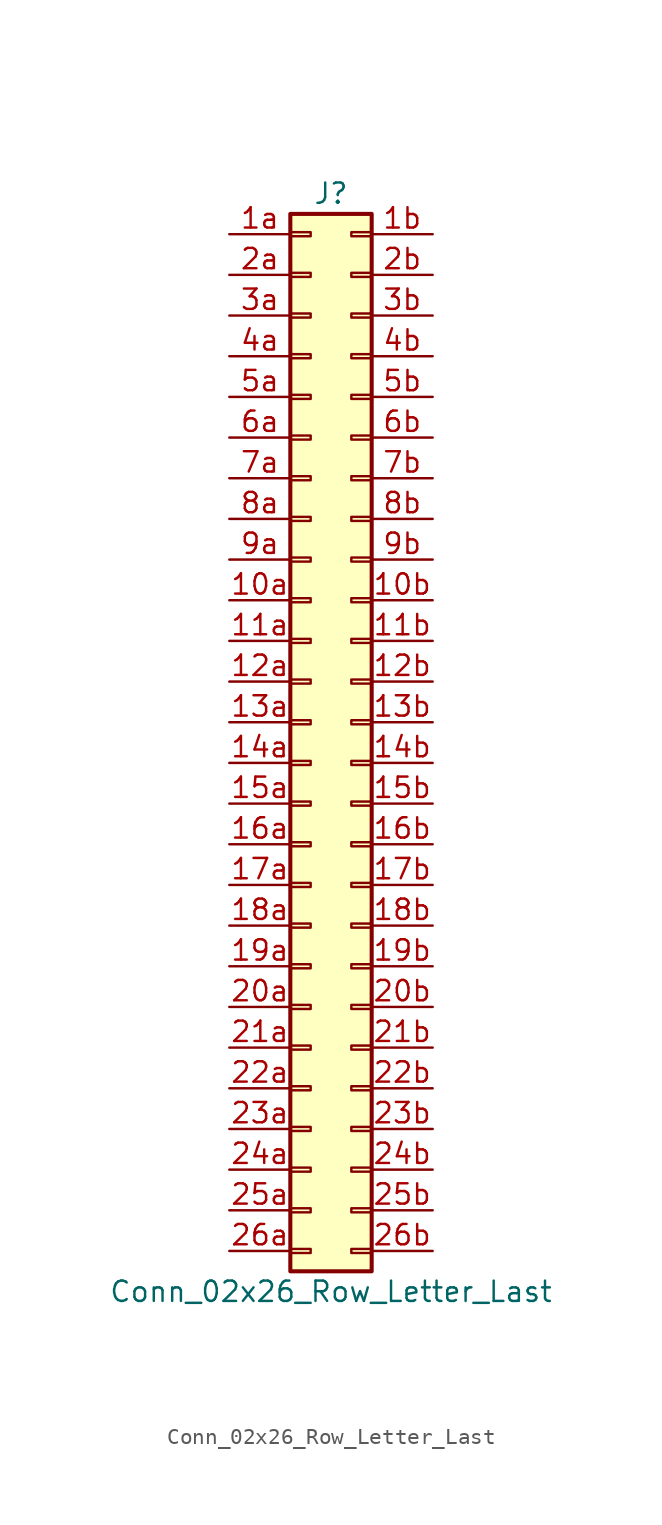
<source format=kicad_sym>
(kicad_symbol_lib
  (version 20211014)
  (generator kicad_symbol_editor)
  (symbol "Conn_02x26_Row_Letter_Last"
    (pin_names
      (offset 1.016) hide)
    (property "Reference" "J"
      (at 1.27 33.02 0)
      (effects (font (size 1.27 1.27))))
    (property "Value" "Conn_02x26_Row_Letter_Last"
      (at 1.27 -35.56 0)
      (effects (font (size 1.27 1.27))))
    (symbol "Conn_02x26_Row_Letter_Last_1_1"
      (rectangle (start -1.27 -32.893) (end 0 -33.147) (stroke (width 0.152) (type default) (color 0 0 0 0)) (fill (type none)))
      (rectangle (start -1.27 -30.353) (end 0 -30.607) (stroke (width 0.152) (type default) (color 0 0 0 0)) (fill (type none)))
      (rectangle (start -1.27 -27.813) (end 0 -28.067) (stroke (width 0.152) (type default) (color 0 0 0 0)) (fill (type none)))
      (rectangle (start -1.27 -25.273) (end 0 -25.527) (stroke (width 0.152) (type default) (color 0 0 0 0)) (fill (type none)))
      (rectangle (start -1.27 -22.733) (end 0 -22.987) (stroke (width 0.152) (type default) (color 0 0 0 0)) (fill (type none)))
      (rectangle (start -1.27 -20.193) (end 0 -20.447) (stroke (width 0.152) (type default) (color 0 0 0 0)) (fill (type none)))
      (rectangle (start -1.27 -17.653) (end 0 -17.907) (stroke (width 0.152) (type default) (color 0 0 0 0)) (fill (type none)))
      (rectangle (start -1.27 -15.113) (end 0 -15.367) (stroke (width 0.152) (type default) (color 0 0 0 0)) (fill (type none)))
      (rectangle (start -1.27 -12.573) (end 0 -12.827) (stroke (width 0.152) (type default) (color 0 0 0 0)) (fill (type none)))
      (rectangle (start -1.27 -10.033) (end 0 -10.287) (stroke (width 0.152) (type default) (color 0 0 0 0)) (fill (type none)))
      (rectangle (start -1.27 -7.493) (end 0 -7.747) (stroke (width 0.152) (type default) (color 0 0 0 0)) (fill (type none)))
      (rectangle (start -1.27 -4.953) (end 0 -5.207) (stroke (width 0.152) (type default) (color 0 0 0 0)) (fill (type none)))
      (rectangle (start -1.27 -2.413) (end 0 -2.667) (stroke (width 0.152) (type default) (color 0 0 0 0)) (fill (type none)))
      (rectangle (start -1.27 0.127) (end 0 -0.127) (stroke (width 0.152) (type default) (color 0 0 0 0)) (fill (type none)))
      (rectangle (start -1.27 2.667) (end 0 2.413) (stroke (width 0.152) (type default) (color 0 0 0 0)) (fill (type none)))
      (rectangle (start -1.27 5.207) (end 0 4.953) (stroke (width 0.152) (type default) (color 0 0 0 0)) (fill (type none)))
      (rectangle (start -1.27 7.747) (end 0 7.493) (stroke (width 0.152) (type default) (color 0 0 0 0)) (fill (type none)))
      (rectangle (start -1.27 10.287) (end 0 10.033) (stroke (width 0.152) (type default) (color 0 0 0 0)) (fill (type none)))
      (rectangle (start -1.27 12.827) (end 0 12.573) (stroke (width 0.152) (type default) (color 0 0 0 0)) (fill (type none)))
      (rectangle (start -1.27 15.367) (end 0 15.113) (stroke (width 0.152) (type default) (color 0 0 0 0)) (fill (type none)))
      (rectangle (start -1.27 17.907) (end 0 17.653) (stroke (width 0.152) (type default) (color 0 0 0 0)) (fill (type none)))
      (rectangle (start -1.27 20.447) (end 0 20.193) (stroke (width 0.152) (type default) (color 0 0 0 0)) (fill (type none)))
      (rectangle (start -1.27 22.987) (end 0 22.733) (stroke (width 0.152) (type default) (color 0 0 0 0)) (fill (type none)))
      (rectangle (start -1.27 25.527) (end 0 25.273) (stroke (width 0.152) (type default) (color 0 0 0 0)) (fill (type none)))
      (rectangle (start -1.27 28.067) (end 0 27.813) (stroke (width 0.152) (type default) (color 0 0 0 0)) (fill (type none)))
      (rectangle (start -1.27 30.607) (end 0 30.353) (stroke (width 0.152) (type default) (color 0 0 0 0)) (fill (type none)))
      (rectangle (start -1.27 31.75) (end 3.81 -34.29) (stroke (width 0.254) (type default) (color 0 0 0 0)) (fill (type background)))
      (rectangle (start 3.81 -32.893) (end 2.54 -33.147) (stroke (width 0.152) (type default) (color 0 0 0 0)) (fill (type none)))
      (rectangle (start 3.81 -30.353) (end 2.54 -30.607) (stroke (width 0.152) (type default) (color 0 0 0 0)) (fill (type none)))
      (rectangle (start 3.81 -27.813) (end 2.54 -28.067) (stroke (width 0.152) (type default) (color 0 0 0 0)) (fill (type none)))
      (rectangle (start 3.81 -25.273) (end 2.54 -25.527) (stroke (width 0.152) (type default) (color 0 0 0 0)) (fill (type none)))
      (rectangle (start 3.81 -22.733) (end 2.54 -22.987) (stroke (width 0.152) (type default) (color 0 0 0 0)) (fill (type none)))
      (rectangle (start 3.81 -20.193) (end 2.54 -20.447) (stroke (width 0.152) (type default) (color 0 0 0 0)) (fill (type none)))
      (rectangle (start 3.81 -17.653) (end 2.54 -17.907) (stroke (width 0.152) (type default) (color 0 0 0 0)) (fill (type none)))
      (rectangle (start 3.81 -15.113) (end 2.54 -15.367) (stroke (width 0.152) (type default) (color 0 0 0 0)) (fill (type none)))
      (rectangle (start 3.81 -12.573) (end 2.54 -12.827) (stroke (width 0.152) (type default) (color 0 0 0 0)) (fill (type none)))
      (rectangle (start 3.81 -10.033) (end 2.54 -10.287) (stroke (width 0.152) (type default) (color 0 0 0 0)) (fill (type none)))
      (rectangle (start 3.81 -7.493) (end 2.54 -7.747) (stroke (width 0.152) (type default) (color 0 0 0 0)) (fill (type none)))
      (rectangle (start 3.81 -4.953) (end 2.54 -5.207) (stroke (width 0.152) (type default) (color 0 0 0 0)) (fill (type none)))
      (rectangle (start 3.81 -2.413) (end 2.54 -2.667) (stroke (width 0.152) (type default) (color 0 0 0 0)) (fill (type none)))
      (rectangle (start 3.81 0.127) (end 2.54 -0.127) (stroke (width 0.152) (type default) (color 0 0 0 0)) (fill (type none)))
      (rectangle (start 3.81 2.667) (end 2.54 2.413) (stroke (width 0.152) (type default) (color 0 0 0 0)) (fill (type none)))
      (rectangle (start 3.81 5.207) (end 2.54 4.953) (stroke (width 0.152) (type default) (color 0 0 0 0)) (fill (type none)))
      (rectangle (start 3.81 7.747) (end 2.54 7.493) (stroke (width 0.152) (type default) (color 0 0 0 0)) (fill (type none)))
      (rectangle (start 3.81 10.287) (end 2.54 10.033) (stroke (width 0.152) (type default) (color 0 0 0 0)) (fill (type none)))
      (rectangle (start 3.81 12.827) (end 2.54 12.573) (stroke (width 0.152) (type default) (color 0 0 0 0)) (fill (type none)))
      (rectangle (start 3.81 15.367) (end 2.54 15.113) (stroke (width 0.152) (type default) (color 0 0 0 0)) (fill (type none)))
      (rectangle (start 3.81 17.907) (end 2.54 17.653) (stroke (width 0.152) (type default) (color 0 0 0 0)) (fill (type none)))
      (rectangle (start 3.81 20.447) (end 2.54 20.193) (stroke (width 0.152) (type default) (color 0 0 0 0)) (fill (type none)))
      (rectangle (start 3.81 22.987) (end 2.54 22.733) (stroke (width 0.152) (type default) (color 0 0 0 0)) (fill (type none)))
      (rectangle (start 3.81 25.527) (end 2.54 25.273) (stroke (width 0.152) (type default) (color 0 0 0 0)) (fill (type none)))
      (rectangle (start 3.81 28.067) (end 2.54 27.813) (stroke (width 0.152) (type default) (color 0 0 0 0)) (fill (type none)))
      (rectangle (start 3.81 30.607) (end 2.54 30.353) (stroke (width 0.152) (type default) (color 0 0 0 0)) (fill (type none)))
      (pin passive line (at -5.08 7.62 0) (length 3.81) (name "Pin_10a" (effects (font (size 1.27 1.27)))) (number "10a" (effects (font (size 1.27 1.27)))))
      (pin passive line (at 7.62 7.62 180) (length 3.81) (name "Pin_10b" (effects (font (size 1.27 1.27)))) (number "10b" (effects (font (size 1.27 1.27)))))
      (pin passive line (at -5.08 5.08 0) (length 3.81) (name "Pin_11a" (effects (font (size 1.27 1.27)))) (number "11a" (effects (font (size 1.27 1.27)))))
      (pin passive line (at 7.62 5.08 180) (length 3.81) (name "Pin_11b" (effects (font (size 1.27 1.27)))) (number "11b" (effects (font (size 1.27 1.27)))))
      (pin passive line (at -5.08 2.54 0) (length 3.81) (name "Pin_12a" (effects (font (size 1.27 1.27)))) (number "12a" (effects (font (size 1.27 1.27)))))
      (pin passive line (at 7.62 2.54 180) (length 3.81) (name "Pin_12b" (effects (font (size 1.27 1.27)))) (number "12b" (effects (font (size 1.27 1.27)))))
      (pin passive line (at -5.08 0 0) (length 3.81) (name "Pin_13a" (effects (font (size 1.27 1.27)))) (number "13a" (effects (font (size 1.27 1.27)))))
      (pin passive line (at 7.62 0 180) (length 3.81) (name "Pin_13b" (effects (font (size 1.27 1.27)))) (number "13b" (effects (font (size 1.27 1.27)))))
      (pin passive line (at -5.08 -2.54 0) (length 3.81) (name "Pin_14a" (effects (font (size 1.27 1.27)))) (number "14a" (effects (font (size 1.27 1.27)))))
      (pin passive line (at 7.62 -2.54 180) (length 3.81) (name "Pin_14b" (effects (font (size 1.27 1.27)))) (number "14b" (effects (font (size 1.27 1.27)))))
      (pin passive line (at -5.08 -5.08 0) (length 3.81) (name "Pin_15a" (effects (font (size 1.27 1.27)))) (number "15a" (effects (font (size 1.27 1.27)))))
      (pin passive line (at 7.62 -5.08 180) (length 3.81) (name "Pin_15b" (effects (font (size 1.27 1.27)))) (number "15b" (effects (font (size 1.27 1.27)))))
      (pin passive line (at -5.08 -7.62 0) (length 3.81) (name "Pin_16a" (effects (font (size 1.27 1.27)))) (number "16a" (effects (font (size 1.27 1.27)))))
      (pin passive line (at 7.62 -7.62 180) (length 3.81) (name "Pin_16b" (effects (font (size 1.27 1.27)))) (number "16b" (effects (font (size 1.27 1.27)))))
      (pin passive line (at -5.08 -10.16 0) (length 3.81) (name "Pin_17a" (effects (font (size 1.27 1.27)))) (number "17a" (effects (font (size 1.27 1.27)))))
      (pin passive line (at 7.62 -10.16 180) (length 3.81) (name "Pin_17b" (effects (font (size 1.27 1.27)))) (number "17b" (effects (font (size 1.27 1.27)))))
      (pin passive line (at -5.08 -12.7 0) (length 3.81) (name "Pin_18a" (effects (font (size 1.27 1.27)))) (number "18a" (effects (font (size 1.27 1.27)))))
      (pin passive line (at 7.62 -12.7 180) (length 3.81) (name "Pin_18b" (effects (font (size 1.27 1.27)))) (number "18b" (effects (font (size 1.27 1.27)))))
      (pin passive line (at -5.08 -15.24 0) (length 3.81) (name "Pin_19a" (effects (font (size 1.27 1.27)))) (number "19a" (effects (font (size 1.27 1.27)))))
      (pin passive line (at 7.62 -15.24 180) (length 3.81) (name "Pin_19b" (effects (font (size 1.27 1.27)))) (number "19b" (effects (font (size 1.27 1.27)))))
      (pin passive line (at -5.08 30.48 0) (length 3.81) (name "Pin_1a" (effects (font (size 1.27 1.27)))) (number "1a" (effects (font (size 1.27 1.27)))))
      (pin passive line (at 7.62 30.48 180) (length 3.81) (name "Pin_1b" (effects (font (size 1.27 1.27)))) (number "1b" (effects (font (size 1.27 1.27)))))
      (pin passive line (at -5.08 -17.78 0) (length 3.81) (name "Pin_20a" (effects (font (size 1.27 1.27)))) (number "20a" (effects (font (size 1.27 1.27)))))
      (pin passive line (at 7.62 -17.78 180) (length 3.81) (name "Pin_20b" (effects (font (size 1.27 1.27)))) (number "20b" (effects (font (size 1.27 1.27)))))
      (pin passive line (at -5.08 -20.32 0) (length 3.81) (name "Pin_21a" (effects (font (size 1.27 1.27)))) (number "21a" (effects (font (size 1.27 1.27)))))
      (pin passive line (at 7.62 -20.32 180) (length 3.81) (name "Pin_21b" (effects (font (size 1.27 1.27)))) (number "21b" (effects (font (size 1.27 1.27)))))
      (pin passive line (at -5.08 -22.86 0) (length 3.81) (name "Pin_22a" (effects (font (size 1.27 1.27)))) (number "22a" (effects (font (size 1.27 1.27)))))
      (pin passive line (at 7.62 -22.86 180) (length 3.81) (name "Pin_22b" (effects (font (size 1.27 1.27)))) (number "22b" (effects (font (size 1.27 1.27)))))
      (pin passive line (at -5.08 -25.4 0) (length 3.81) (name "Pin_23a" (effects (font (size 1.27 1.27)))) (number "23a" (effects (font (size 1.27 1.27)))))
      (pin passive line (at 7.62 -25.4 180) (length 3.81) (name "Pin_23b" (effects (font (size 1.27 1.27)))) (number "23b" (effects (font (size 1.27 1.27)))))
      (pin passive line (at -5.08 -27.94 0) (length 3.81) (name "Pin_24a" (effects (font (size 1.27 1.27)))) (number "24a" (effects (font (size 1.27 1.27)))))
      (pin passive line (at 7.62 -27.94 180) (length 3.81) (name "Pin_24b" (effects (font (size 1.27 1.27)))) (number "24b" (effects (font (size 1.27 1.27)))))
      (pin passive line (at -5.08 -30.48 0) (length 3.81) (name "Pin_25a" (effects (font (size 1.27 1.27)))) (number "25a" (effects (font (size 1.27 1.27)))))
      (pin passive line (at 7.62 -30.48 180) (length 3.81) (name "Pin_25b" (effects (font (size 1.27 1.27)))) (number "25b" (effects (font (size 1.27 1.27)))))
      (pin passive line (at -5.08 -33.02 0) (length 3.81) (name "Pin_26a" (effects (font (size 1.27 1.27)))) (number "26a" (effects (font (size 1.27 1.27)))))
      (pin passive line (at 7.62 -33.02 180) (length 3.81) (name "Pin_26b" (effects (font (size 1.27 1.27)))) (number "26b" (effects (font (size 1.27 1.27)))))
      (pin passive line (at -5.08 27.94 0) (length 3.81) (name "Pin_2a" (effects (font (size 1.27 1.27)))) (number "2a" (effects (font (size 1.27 1.27)))))
      (pin passive line (at 7.62 27.94 180) (length 3.81) (name "Pin_2b" (effects (font (size 1.27 1.27)))) (number "2b" (effects (font (size 1.27 1.27)))))
      (pin passive line (at -5.08 25.4 0) (length 3.81) (name "Pin_3a" (effects (font (size 1.27 1.27)))) (number "3a" (effects (font (size 1.27 1.27)))))
      (pin passive line (at 7.62 25.4 180) (length 3.81) (name "Pin_3b" (effects (font (size 1.27 1.27)))) (number "3b" (effects (font (size 1.27 1.27)))))
      (pin passive line (at -5.08 22.86 0) (length 3.81) (name "Pin_4a" (effects (font (size 1.27 1.27)))) (number "4a" (effects (font (size 1.27 1.27)))))
      (pin passive line (at 7.62 22.86 180) (length 3.81) (name "Pin_4b" (effects (font (size 1.27 1.27)))) (number "4b" (effects (font (size 1.27 1.27)))))
      (pin passive line (at -5.08 20.32 0) (length 3.81) (name "Pin_5a" (effects (font (size 1.27 1.27)))) (number "5a" (effects (font (size 1.27 1.27)))))
      (pin passive line (at 7.62 20.32 180) (length 3.81) (name "Pin_5b" (effects (font (size 1.27 1.27)))) (number "5b" (effects (font (size 1.27 1.27)))))
      (pin passive line (at -5.08 17.78 0) (length 3.81) (name "Pin_6a" (effects (font (size 1.27 1.27)))) (number "6a" (effects (font (size 1.27 1.27)))))
      (pin passive line (at 7.62 17.78 180) (length 3.81) (name "Pin_6b" (effects (font (size 1.27 1.27)))) (number "6b" (effects (font (size 1.27 1.27)))))
      (pin passive line (at -5.08 15.24 0) (length 3.81) (name "Pin_7a" (effects (font (size 1.27 1.27)))) (number "7a" (effects (font (size 1.27 1.27)))))
      (pin passive line (at 7.62 15.24 180) (length 3.81) (name "Pin_7b" (effects (font (size 1.27 1.27)))) (number "7b" (effects (font (size 1.27 1.27)))))
      (pin passive line (at -5.08 12.7 0) (length 3.81) (name "Pin_8a" (effects (font (size 1.27 1.27)))) (number "8a" (effects (font (size 1.27 1.27)))))
      (pin passive line (at 7.62 12.7 180) (length 3.81) (name "Pin_8b" (effects (font (size 1.27 1.27)))) (number "8b" (effects (font (size 1.27 1.27)))))
      (pin passive line (at -5.08 10.16 0) (length 3.81) (name "Pin_9a" (effects (font (size 1.27 1.27)))) (number "9a" (effects (font (size 1.27 1.27)))))
      (pin passive line (at 7.62 10.16 180) (length 3.81) (name "Pin_9b" (effects (font (size 1.27 1.27)))) (number "9b" (effects (font (size 1.27 1.27))))))))
</source>
